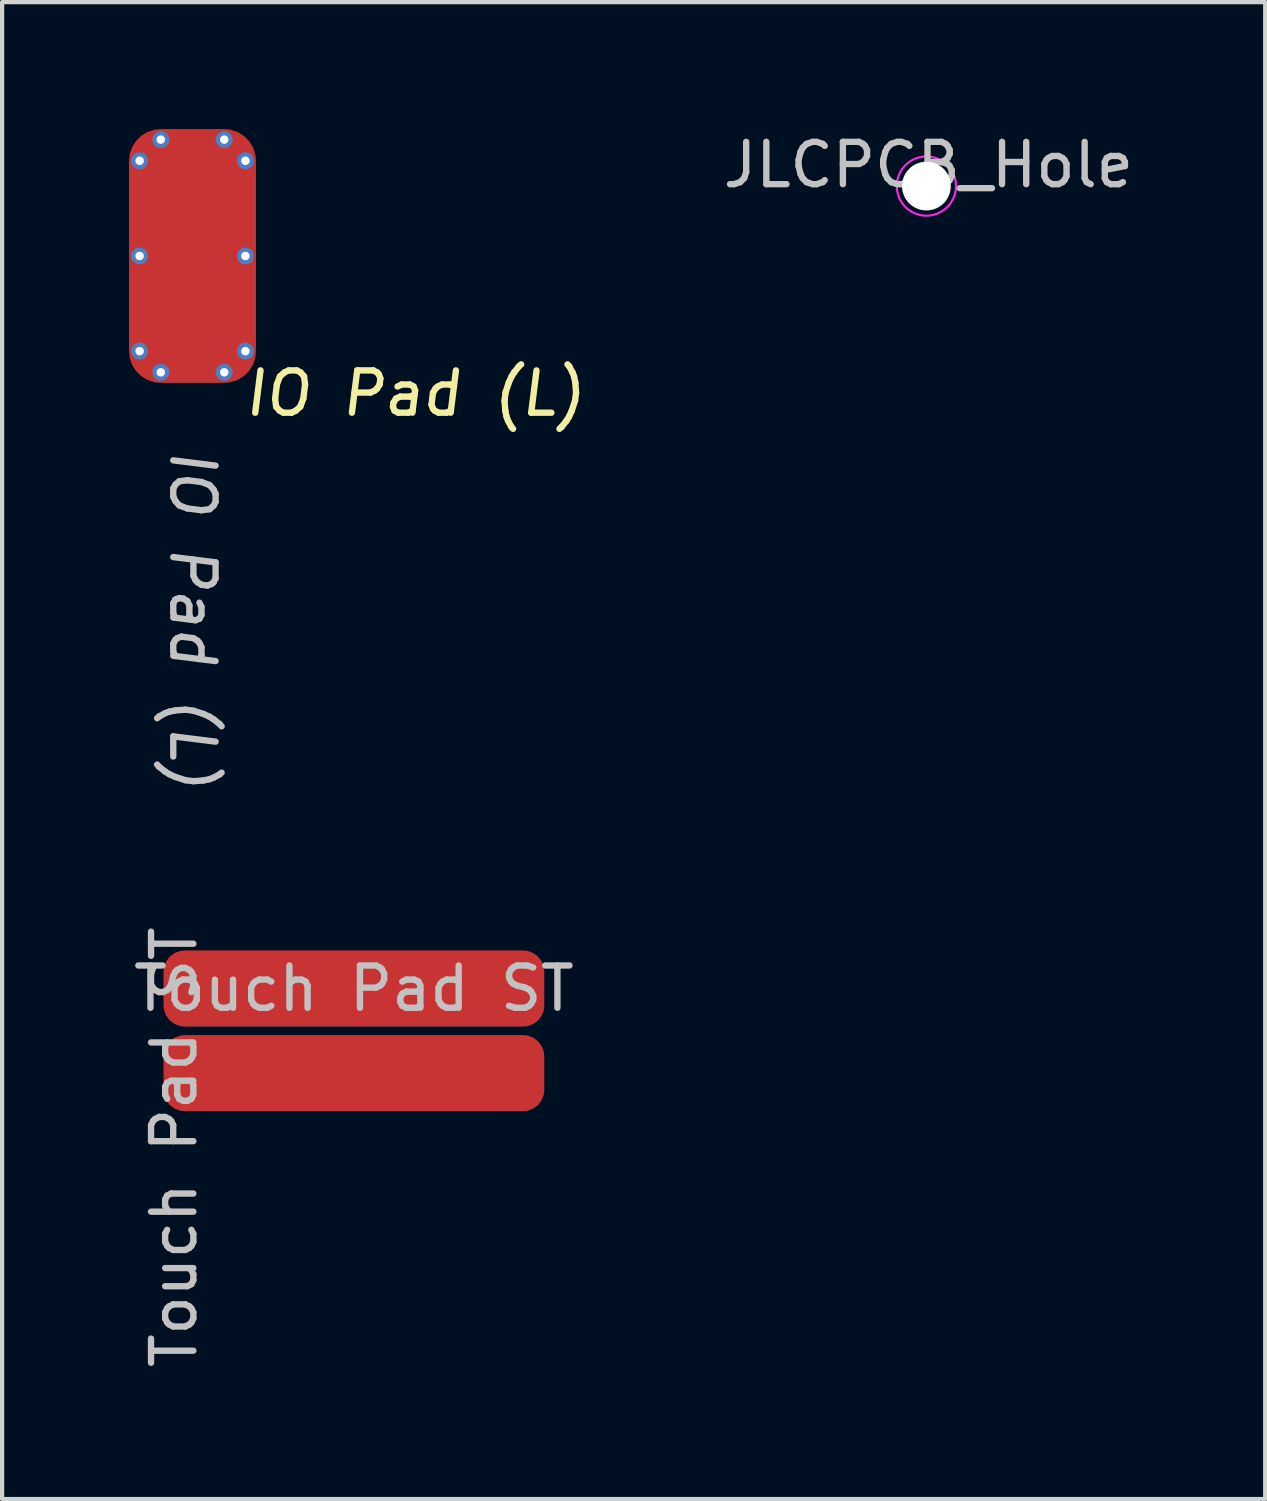
<source format=kicad_pcb>
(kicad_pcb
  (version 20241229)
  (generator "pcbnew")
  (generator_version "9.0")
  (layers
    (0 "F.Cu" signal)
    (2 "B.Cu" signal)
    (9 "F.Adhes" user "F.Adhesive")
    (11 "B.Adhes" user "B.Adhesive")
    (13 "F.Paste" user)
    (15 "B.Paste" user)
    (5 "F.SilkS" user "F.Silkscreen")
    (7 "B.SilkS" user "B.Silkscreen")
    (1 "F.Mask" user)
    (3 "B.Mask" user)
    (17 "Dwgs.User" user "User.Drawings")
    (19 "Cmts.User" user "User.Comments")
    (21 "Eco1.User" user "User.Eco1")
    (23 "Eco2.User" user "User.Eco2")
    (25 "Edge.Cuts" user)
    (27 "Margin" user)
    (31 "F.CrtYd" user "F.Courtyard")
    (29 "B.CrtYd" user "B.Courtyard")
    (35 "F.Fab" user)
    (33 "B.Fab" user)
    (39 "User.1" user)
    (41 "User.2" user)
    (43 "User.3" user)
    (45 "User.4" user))
  (footprint "Touch Pad ST"
    (layer "F.Cu")
    (at 5.315 24.065)
    (property "Reference" "Touch Pad ST" (at 0 -3.75 0) (unlocked yes) (layer "Dwgs.User") (effects (font (size 1 1) (thickness 0.15))))
    (attr smd)
    (fp_rect (start -4 -4) (end 4 4) (stroke (width 1) (type solid)) (fill yes) (layer "F.Mask"))
    (fp_rect (start -5 -5) (end 5 5) (stroke (width 0.001) (type solid)) (fill no) (layer "Dwgs.User"))
    (fp_text user "${REFERENCE}" (at -4.25 0 90) (unlocked yes) (layer "Dwgs.User") (effects (font (size 1 1) (thickness 0.15))))
    (pad "1" smd roundrect (at 0 -3.75) (size 9 1.8) (layers "F.Cu" "F.Mask" "F.Paste") (roundrect_rratio 0.278))
    (pad "1" smd roundrect (at 0 -1.75) (size 9 1.8) (layers "F.Cu" "F.Mask" "F.Paste") (roundrect_rratio 0.278)))
  (footprint "IO Pad (L)"
    (layer "F.Cu")
    (at 1.5 3)
    (property "Reference" "IO Pad (L)" (at 5.25 3.25 0) (unlocked yes) (layer "F.SilkS") (effects (font (size 1 1) (thickness 0.15) (italic yes))))
    (attr smd)
    (fp_text user "${REFERENCE}" (at 0 4.5 270) (unlocked yes) (layer "Dwgs.User") (effects (font (size 1 1) (thickness 0.15) (italic yes)) (justify left)))
    (pad "1" thru_hole circle (at -1.25 -2.25) (size 0.4 0.4) (drill 0.2) (layers "*.Cu" "*.Mask"))
    (pad "1" thru_hole circle (at -1.25 0 90) (size 0.4 0.4) (drill 0.2) (layers "*.Cu" "*.Mask"))
    (pad "1" thru_hole circle (at -1.25 2.25 270) (size 0.4 0.4) (drill 0.2) (layers "*.Cu" "*.Mask"))
    (pad "1" thru_hole circle (at -0.75 -2.75) (size 0.4 0.4) (drill 0.2) (layers "*.Cu" "*.Mask"))
    (pad "1" thru_hole circle (at -0.75 2.75 270) (size 0.4 0.4) (drill 0.2) (layers "*.Cu" "*.Mask"))
    (pad "1" smd roundrect (at 0 0) (size 3 6) (layers "F.Cu" "F.Mask" "F.Paste") (roundrect_rratio 0.25))
    (pad "1" thru_hole circle (at 0.75 -2.75 90) (size 0.4 0.4) (drill 0.2) (layers "*.Cu" "*.Mask"))
    (pad "1" thru_hole circle (at 0.75 2.75 180) (size 0.4 0.4) (drill 0.2) (layers "*.Cu" "*.Mask"))
    (pad "1" thru_hole circle (at 1.25 -2.25 90) (size 0.4 0.4) (drill 0.2) (layers "*.Cu" "*.Mask"))
    (pad "1" thru_hole circle (at 1.25 0 90) (size 0.4 0.4) (drill 0.2) (layers "*.Cu" "*.Mask"))
    (pad "1" thru_hole circle (at 1.25 2.25 180) (size 0.4 0.4) (drill 0.2) (layers "*.Cu" "*.Mask")))
  (footprint "JLCPCB_Hole"
    (layer "F.Cu")
    (at 18.896 1.348)
    (property "Reference" "JLCPCB_Hole" (at 0 -0.5 0) (unlocked yes) (layer "Dwgs.User") (effects (font (size 1 1) (thickness 0.15))))
    (attr smd)
    (fp_circle (center -0.05 0) (end 0.65 0) (stroke (width 0.05) (type solid)) (fill no) (layer "F.CrtYd"))
    (pad "" np_thru_hole circle (at -0.05 0) (size 1.152 1.152) (drill 1.152) (layers "*.Cu" "*.Mask")))
  (gr_rect
    (start -3 -3)
    (end 26.854 32.381)
    (stroke (width 0.1) (type default))
    (fill no)
    (layer "Edge.Cuts")))
</source>
